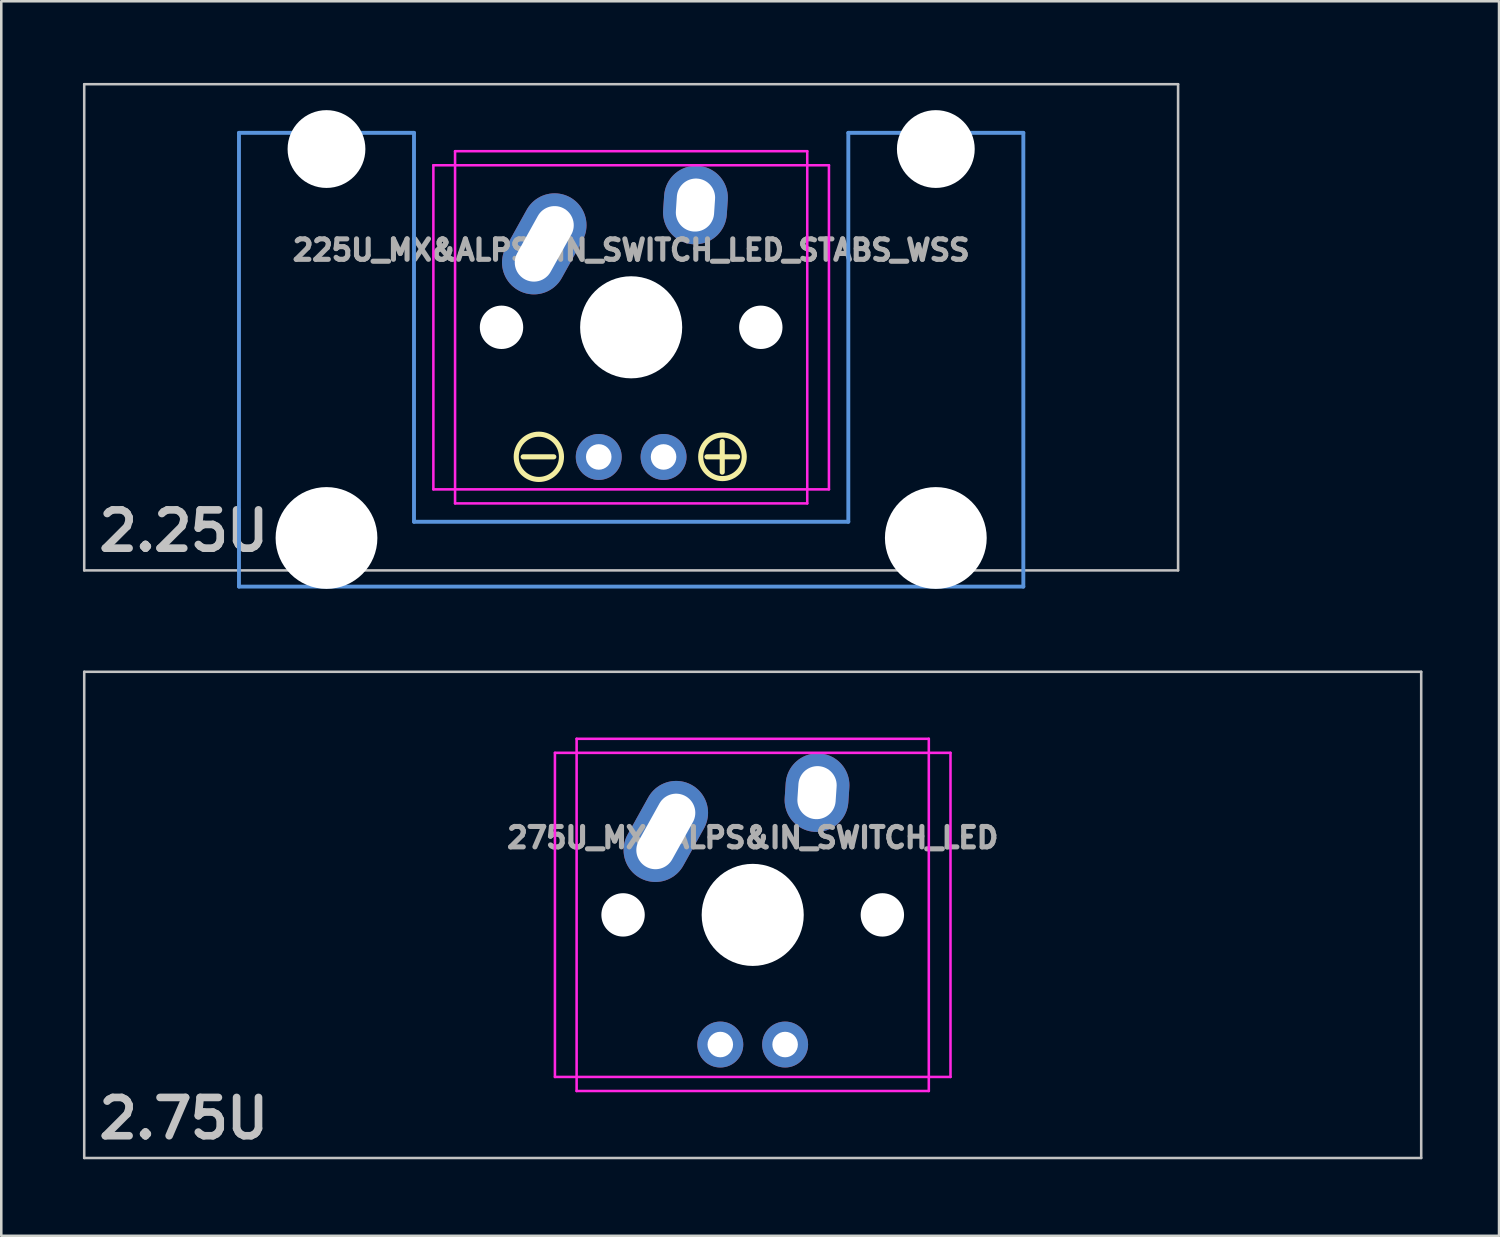
<source format=kicad_pcb>
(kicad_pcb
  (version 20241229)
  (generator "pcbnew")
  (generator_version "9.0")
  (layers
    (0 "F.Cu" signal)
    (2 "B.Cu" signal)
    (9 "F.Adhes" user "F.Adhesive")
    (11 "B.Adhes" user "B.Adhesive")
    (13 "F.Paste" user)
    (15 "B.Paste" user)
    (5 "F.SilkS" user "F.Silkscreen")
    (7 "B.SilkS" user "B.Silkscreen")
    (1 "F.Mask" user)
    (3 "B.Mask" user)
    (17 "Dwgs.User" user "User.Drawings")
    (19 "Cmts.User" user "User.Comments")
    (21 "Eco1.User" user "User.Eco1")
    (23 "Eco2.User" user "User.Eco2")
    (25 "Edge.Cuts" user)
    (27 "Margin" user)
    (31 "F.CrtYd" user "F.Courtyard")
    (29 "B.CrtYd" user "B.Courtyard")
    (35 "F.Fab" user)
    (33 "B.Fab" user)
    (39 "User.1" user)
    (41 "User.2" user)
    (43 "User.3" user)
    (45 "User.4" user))
  (footprint "275U_MX&ALPS&IN_SWITCH_LED"
    (layer "F.Cu")
    (at 0.25 23.274)
    (property "Reference" "275U_MX&ALPS&IN_SWITCH_LED" (at 26.194 6.5 0) (layer "F.Fab") (effects (font (size 0.8 0.8) (thickness 0.2))))
    (attr through_hole)
    (fp_line (start 0 0) (end 52.388 0) (stroke (width 0.1) (type solid)) (layer "Dwgs.User"))
    (fp_line (start 0 19.05) (end 0 0) (stroke (width 0.1) (type solid)) (layer "Dwgs.User"))
    (fp_line (start 52.388 0) (end 52.388 19.05) (stroke (width 0.1) (type solid)) (layer "Dwgs.User"))
    (fp_line (start 52.388 19.05) (end 0 19.05) (stroke (width 0.1) (type solid)) (layer "Dwgs.User"))
    (fp_line (start 18.444 3.175) (end 18.444 15.875) (stroke (width 0.1) (type solid)) (layer "F.CrtYd"))
    (fp_line (start 18.444 3.175) (end 33.944 3.175) (stroke (width 0.1) (type solid)) (layer "F.CrtYd"))
    (fp_line (start 18.444 15.875) (end 33.944 15.875) (stroke (width 0.1) (type solid)) (layer "F.CrtYd"))
    (fp_line (start 19.294 2.625) (end 19.294 16.425) (stroke (width 0.1) (type solid)) (layer "F.CrtYd"))
    (fp_line (start 19.294 2.625) (end 33.094 2.625) (stroke (width 0.1) (type solid)) (layer "F.CrtYd"))
    (fp_line (start 19.294 16.425) (end 33.094 16.425) (stroke (width 0.1) (type solid)) (layer "F.CrtYd"))
    (fp_line (start 33.094 2.625) (end 33.094 16.425) (stroke (width 0.1) (type solid)) (layer "F.CrtYd"))
    (fp_line (start 33.944 3.175) (end 33.944 15.875) (stroke (width 0.1) (type solid)) (layer "F.CrtYd"))
    (fp_text user "2.75U" (at 3.9 17.5 0) (layer "Dwgs.User") (effects (font (size 1.5 1.5) (thickness 0.3))))
    (pad "" np_thru_hole circle (at 21.114 9.525) (size 1.7 1.7) (drill 1.7) (layers "*.Cu" "*.Mask"))
    (pad "" np_thru_hole circle (at 26.194 9.525) (size 4 4) (drill 4) (layers "*.Cu" "*.Mask"))
    (pad "" np_thru_hole circle (at 31.274 9.525) (size 1.7 1.7) (drill 1.7) (layers "*.Cu" "*.Mask"))
    (pad "1" thru_hole oval (at 22.789 6.255 330.95) (size 2.5 4.17) (drill oval 1.5 3.17) (layers "*.Cu" "*.Mask"))
    (pad "2" thru_hole oval (at 28.714 4.735 356.1) (size 2.5 3.08) (drill oval 1.5 2.08) (layers "*.Cu" "*.Mask"))
    (pad "3" thru_hole circle (at 24.924 14.605) (size 1.8 1.8) (drill 1) (layers "*.Cu" "*.Mask"))
    (pad "4" thru_hole circle (at 27.464 14.605) (size 1.8 1.8) (drill 1) (layers "*.Cu" "*.Mask")))
  (footprint "225U_MX&ALPS&IN_SWITCH_LED_STABS_WSS"
    (layer "F.Cu")
    (at 0.25 0.25)
    (property "Reference" "225U_MX&ALPS&IN_SWITCH_LED_STABS_WSS" (at 21.431 6.5 0) (layer "F.Fab") (effects (font (size 0.8 0.8) (thickness 0.2))))
    (attr through_hole)
    (fp_line (start 17.2 14.6) (end 18.4 14.6) (stroke (width 0.2) (type solid)) (layer "F.SilkS"))
    (fp_line (start 24.4 14.6) (end 25.6 14.6) (stroke (width 0.2) (type solid)) (layer "F.SilkS"))
    (fp_line (start 25 15.2) (end 25 14) (stroke (width 0.2) (type solid)) (layer "F.SilkS"))
    (fp_circle (center 17.814 14.6) (end 18.605 15) (stroke (width 0.2) (type solid)) (fill no) (layer "F.SilkS"))
    (fp_circle (center 25.009 14.6) (end 25.7 15.1) (stroke (width 0.2) (type solid)) (fill no) (layer "F.SilkS"))
    (fp_line (start 0 0) (end 42.862 0) (stroke (width 0.1) (type solid)) (layer "Dwgs.User"))
    (fp_line (start 0 19.05) (end 0 0) (stroke (width 0.1) (type solid)) (layer "Dwgs.User"))
    (fp_line (start 42.862 0) (end 42.862 19.05) (stroke (width 0.1) (type solid)) (layer "Dwgs.User"))
    (fp_line (start 42.862 19.05) (end 0 19.05) (stroke (width 0.1) (type solid)) (layer "Dwgs.User"))
    (fp_line (start 6.064 1.905) (end 6.064 19.685) (stroke (width 0.152) (type solid)) (layer "Cmts.User"))
    (fp_line (start 6.064 19.685) (end 36.798 19.685) (stroke (width 0.152) (type solid)) (layer "Cmts.User"))
    (fp_line (start 12.922 1.905) (end 6.064 1.905) (stroke (width 0.152) (type solid)) (layer "Cmts.User"))
    (fp_line (start 12.922 17.145) (end 12.922 1.905) (stroke (width 0.152) (type solid)) (layer "Cmts.User"))
    (fp_line (start 29.94 1.905) (end 29.94 17.145) (stroke (width 0.152) (type solid)) (layer "Cmts.User"))
    (fp_line (start 29.94 17.145) (end 12.922 17.145) (stroke (width 0.152) (type solid)) (layer "Cmts.User"))
    (fp_line (start 36.798 1.905) (end 29.94 1.905) (stroke (width 0.152) (type solid)) (layer "Cmts.User"))
    (fp_line (start 36.798 19.685) (end 36.798 1.905) (stroke (width 0.152) (type solid)) (layer "Cmts.User"))
    (fp_line (start 5.302 7.239) (end 6.166 7.239) (stroke (width 0.152) (type solid)) (layer "Eco2.User"))
    (fp_line (start 5.302 10.033) (end 5.302 7.239) (stroke (width 0.152) (type solid)) (layer "Eco2.User"))
    (fp_line (start 6.166 3.835) (end 12.821 3.835) (stroke (width 0.152) (type solid)) (layer "Eco2.User"))
    (fp_line (start 6.166 7.239) (end 6.166 3.835) (stroke (width 0.152) (type solid)) (layer "Eco2.User"))
    (fp_line (start 6.166 10.033) (end 5.302 10.033) (stroke (width 0.152) (type solid)) (layer "Eco2.User"))
    (fp_line (start 6.166 16.129) (end 6.166 10.033) (stroke (width 0.152) (type solid)) (layer "Eco2.User"))
    (fp_line (start 7.207 16.129) (end 6.166 16.129) (stroke (width 0.152) (type solid)) (layer "Eco2.User"))
    (fp_line (start 7.207 17.297) (end 7.207 16.129) (stroke (width 0.152) (type solid)) (layer "Eco2.User"))
    (fp_line (start 11.779 16.129) (end 11.779 17.297) (stroke (width 0.152) (type solid)) (layer "Eco2.User"))
    (fp_line (start 11.779 17.297) (end 7.207 17.297) (stroke (width 0.152) (type solid)) (layer "Eco2.User"))
    (fp_line (start 12.821 3.835) (end 12.821 4.648) (stroke (width 0.152) (type solid)) (layer "Eco2.User"))
    (fp_line (start 12.821 4.648) (end 14.446 4.648) (stroke (width 0.152) (type solid)) (layer "Eco2.User"))
    (fp_line (start 12.821 15.342) (end 12.821 16.129) (stroke (width 0.152) (type solid)) (layer "Eco2.User"))
    (fp_line (start 12.821 16.129) (end 11.779 16.129) (stroke (width 0.152) (type solid)) (layer "Eco2.User"))
    (fp_line (start 14.446 2.54) (end 28.416 2.54) (stroke (width 0.152) (type solid)) (layer "Eco2.User"))
    (fp_line (start 14.446 4.648) (end 14.446 2.54) (stroke (width 0.152) (type solid)) (layer "Eco2.User"))
    (fp_line (start 14.446 15.342) (end 12.821 15.342) (stroke (width 0.152) (type solid)) (layer "Eco2.User"))
    (fp_line (start 14.446 16.51) (end 14.446 15.342) (stroke (width 0.152) (type solid)) (layer "Eco2.User"))
    (fp_line (start 28.416 2.54) (end 28.416 4.648) (stroke (width 0.152) (type solid)) (layer "Eco2.User"))
    (fp_line (start 28.416 4.648) (end 30.042 4.648) (stroke (width 0.152) (type solid)) (layer "Eco2.User"))
    (fp_line (start 28.416 15.342) (end 28.416 16.51) (stroke (width 0.152) (type solid)) (layer "Eco2.User"))
    (fp_line (start 28.416 16.51) (end 14.446 16.51) (stroke (width 0.152) (type solid)) (layer "Eco2.User"))
    (fp_line (start 30.042 3.835) (end 36.697 3.835) (stroke (width 0.152) (type solid)) (layer "Eco2.User"))
    (fp_line (start 30.042 4.648) (end 30.042 3.835) (stroke (width 0.152) (type solid)) (layer "Eco2.User"))
    (fp_line (start 30.042 15.342) (end 28.416 15.342) (stroke (width 0.152) (type solid)) (layer "Eco2.User"))
    (fp_line (start 30.042 16.129) (end 30.042 15.342) (stroke (width 0.152) (type solid)) (layer "Eco2.User"))
    (fp_line (start 31.083 16.129) (end 30.042 16.129) (stroke (width 0.152) (type solid)) (layer "Eco2.User"))
    (fp_line (start 31.083 17.297) (end 31.083 16.129) (stroke (width 0.152) (type solid)) (layer "Eco2.User"))
    (fp_line (start 35.655 16.129) (end 35.655 17.297) (stroke (width 0.152) (type solid)) (layer "Eco2.User"))
    (fp_line (start 35.655 17.297) (end 31.083 17.297) (stroke (width 0.152) (type solid)) (layer "Eco2.User"))
    (fp_line (start 36.697 3.835) (end 36.697 7.239) (stroke (width 0.152) (type solid)) (layer "Eco2.User"))
    (fp_line (start 36.697 7.239) (end 37.56 7.239) (stroke (width 0.152) (type solid)) (layer "Eco2.User"))
    (fp_line (start 36.697 10.033) (end 36.697 16.129) (stroke (width 0.152) (type solid)) (layer "Eco2.User"))
    (fp_line (start 36.697 16.129) (end 35.655 16.129) (stroke (width 0.152) (type solid)) (layer "Eco2.User"))
    (fp_line (start 37.56 7.239) (end 37.56 10.033) (stroke (width 0.152) (type solid)) (layer "Eco2.User"))
    (fp_line (start 37.56 10.033) (end 36.697 10.033) (stroke (width 0.152) (type solid)) (layer "Eco2.User"))
    (fp_line (start 13.681 3.175) (end 13.681 15.875) (stroke (width 0.1) (type solid)) (layer "F.CrtYd"))
    (fp_line (start 13.681 3.175) (end 29.181 3.175) (stroke (width 0.1) (type solid)) (layer "F.CrtYd"))
    (fp_line (start 13.681 15.875) (end 29.181 15.875) (stroke (width 0.1) (type solid)) (layer "F.CrtYd"))
    (fp_line (start 14.531 2.625) (end 14.531 16.425) (stroke (width 0.1) (type solid)) (layer "F.CrtYd"))
    (fp_line (start 14.531 2.625) (end 28.331 2.625) (stroke (width 0.1) (type solid)) (layer "F.CrtYd"))
    (fp_line (start 14.531 16.425) (end 28.331 16.425) (stroke (width 0.1) (type solid)) (layer "F.CrtYd"))
    (fp_line (start 28.331 2.625) (end 28.331 16.425) (stroke (width 0.1) (type solid)) (layer "F.CrtYd"))
    (fp_line (start 29.181 3.175) (end 29.181 15.875) (stroke (width 0.1) (type solid)) (layer "F.CrtYd"))
    (fp_text user "2.25U" (at 3.9 17.5 0) (layer "Dwgs.User") (effects (font (size 1.5 1.5) (thickness 0.3))))
    (pad "" np_thru_hole circle (at 9.493 2.54) (size 3.048 3.048) (drill 3.048) (layers "*.Cu" "*.Mask"))
    (pad "" np_thru_hole circle (at 9.493 17.78) (size 3.988 3.988) (drill 3.988) (layers "*.Cu" "*.Mask"))
    (pad "" np_thru_hole circle (at 16.351 9.525) (size 1.7 1.7) (drill 1.7) (layers "*.Cu" "*.Mask"))
    (pad "" np_thru_hole circle (at 21.431 9.525) (size 4 4) (drill 4) (layers "*.Cu" "*.Mask"))
    (pad "" np_thru_hole circle (at 26.511 9.525) (size 1.7 1.7) (drill 1.7) (layers "*.Cu" "*.Mask"))
    (pad "" np_thru_hole circle (at 33.369 2.54) (size 3.048 3.048) (drill 3.048) (layers "*.Cu" "*.Mask"))
    (pad "" np_thru_hole circle (at 33.369 17.78) (size 3.988 3.988) (drill 3.988) (layers "*.Cu" "*.Mask"))
    (pad "1" thru_hole oval (at 18.026 6.255 330.95) (size 2.5 4.17) (drill oval 1.5 3.17) (layers "*.Cu" "*.Mask"))
    (pad "2" thru_hole oval (at 23.951 4.735 356.1) (size 2.5 3.08) (drill oval 1.5 2.08) (layers "*.Cu" "*.Mask"))
    (pad "3" thru_hole circle (at 20.161 14.605) (size 1.8 1.8) (drill 1) (layers "*.Cu" "*.Mask"))
    (pad "4" thru_hole circle (at 22.701 14.605) (size 1.8 1.8) (drill 1) (layers "*.Cu" "*.Mask")))
  (gr_rect
    (start -3 -3)
    (end 55.688 45.374)
    (stroke (width 0.1) (type default))
    (fill no)
    (layer "Edge.Cuts")))
</source>
